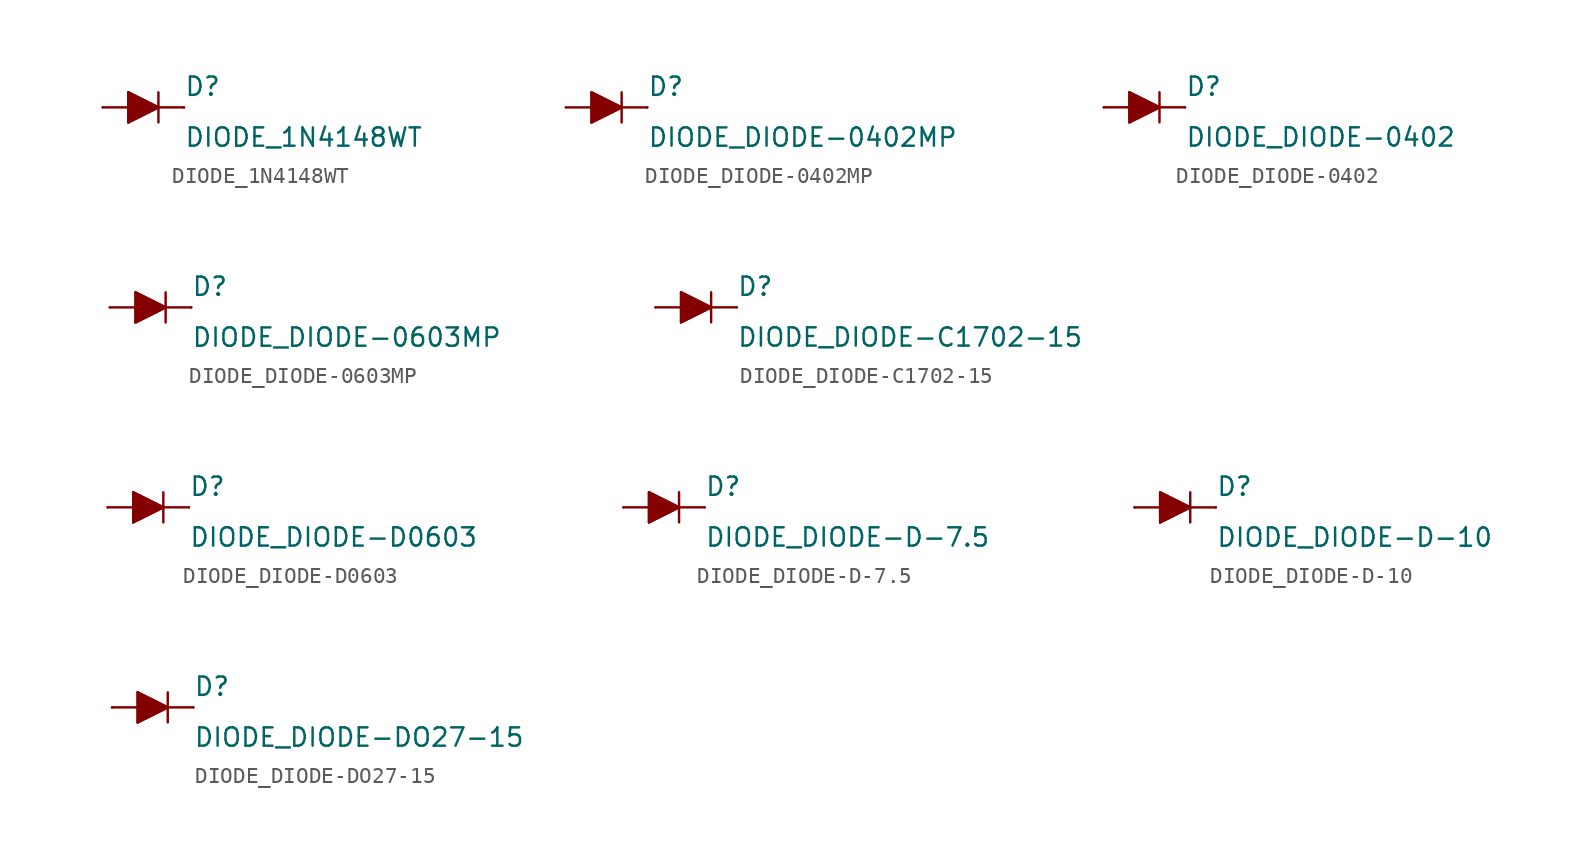
<source format=kicad_sym>
(kicad_symbol_lib
  (version 20210619)
  (generator kicad_symbol_editor)
  (symbol "DIODE_1N4148WT"
    (pin_numbers hide)
    (pin_names
      (offset 1.016) hide)
    (property "Reference" "D"
      (at 2.54 0.635 0)
      (effects (font (size 1.143 1.143)) (justify left bottom)))
    (property "Value" "DIODE_1N4148WT"
      (at 2.54 -2.54 0)
      (effects (font (size 1.143 1.143)) (justify left bottom)))
    (property "ki_locked" ""
      (at 0 0 0)
      (effects (font (size 1.27 1.27))))
    (symbol "DIODE_1N4148WT_1_0"
      (polyline (pts (xy -0.94 -0.94) (xy 0.94 0)) (stroke (width 0)) (fill (type none)))
      (polyline (pts (xy -0.94 0) (xy -2.54 0)) (stroke (width 0)) (fill (type none)))
      (polyline (pts (xy -0.94 0) (xy -0.94 -0.94)) (stroke (width 0)) (fill (type none)))
      (polyline (pts (xy -0.94 0.94) (xy -0.94 0)) (stroke (width 0)) (fill (type none)))
      (polyline (pts (xy 0.94 0) (xy -0.94 0.94)) (stroke (width 0)) (fill (type none)))
      (polyline (pts (xy 0.94 0) (xy 0.94 -0.94)) (stroke (width 0)) (fill (type none)))
      (polyline (pts (xy 0.94 0) (xy 2.54 0)) (stroke (width 0)) (fill (type none)))
      (polyline (pts (xy 0.94 0.94) (xy 0.94 0)) (stroke (width 0)) (fill (type none))))
    (symbol "DIODE_1N4148WT_1_1"
      (polyline (pts (xy -0.94 0.94) (xy 0.94 0) (xy 0.94 0) (xy -0.94 -0.94) (xy -0.94 -0.94) (xy -0.94 0.94)) (stroke (width 0)) (fill (type outline)))
      (pin passive line (at -2.54 0 0) (length 0) (name "A" (effects (font (size 1.016 1.016)))) (number "A" (effects (font (size 1.016 1.016)))))
      (pin passive line (at 2.54 0 180) (length 0) (name "C" (effects (font (size 1.016 1.016)))) (number "C" (effects (font (size 1.016 1.016)))))))
  (symbol "DIODE_DIODE-0402MP"
    (pin_numbers hide)
    (pin_names
      (offset 1.016) hide)
    (property "Reference" "D"
      (at 2.54 0.635 0)
      (effects (font (size 1.143 1.143)) (justify left bottom)))
    (property "Value" "DIODE_DIODE-0402MP"
      (at 2.54 -2.54 0)
      (effects (font (size 1.143 1.143)) (justify left bottom)))
    (property "ki_locked" ""
      (at 0 0 0)
      (effects (font (size 1.27 1.27))))
    (symbol "DIODE_DIODE-0402MP_1_0"
      (polyline (pts (xy -0.94 -0.94) (xy 0.94 0)) (stroke (width 0)) (fill (type none)))
      (polyline (pts (xy -0.94 0) (xy -2.54 0)) (stroke (width 0)) (fill (type none)))
      (polyline (pts (xy -0.94 0) (xy -0.94 -0.94)) (stroke (width 0)) (fill (type none)))
      (polyline (pts (xy -0.94 0.94) (xy -0.94 0)) (stroke (width 0)) (fill (type none)))
      (polyline (pts (xy 0.94 0) (xy -0.94 0.94)) (stroke (width 0)) (fill (type none)))
      (polyline (pts (xy 0.94 0) (xy 0.94 -0.94)) (stroke (width 0)) (fill (type none)))
      (polyline (pts (xy 0.94 0) (xy 2.54 0)) (stroke (width 0)) (fill (type none)))
      (polyline (pts (xy 0.94 0.94) (xy 0.94 0)) (stroke (width 0)) (fill (type none))))
    (symbol "DIODE_DIODE-0402MP_1_1"
      (polyline (pts (xy -0.94 0.94) (xy 0.94 0) (xy 0.94 0) (xy -0.94 -0.94) (xy -0.94 -0.94) (xy -0.94 0.94)) (stroke (width 0)) (fill (type outline)))
      (pin passive line (at -2.54 0 0) (length 0) (name "A" (effects (font (size 1.016 1.016)))) (number "A" (effects (font (size 1.016 1.016)))))
      (pin passive line (at 2.54 0 180) (length 0) (name "C" (effects (font (size 1.016 1.016)))) (number "C" (effects (font (size 1.016 1.016)))))))
  (symbol "DIODE_DIODE-0402"
    (pin_numbers hide)
    (pin_names
      (offset 1.016) hide)
    (property "Reference" "D"
      (at 2.54 0.635 0)
      (effects (font (size 1.143 1.143)) (justify left bottom)))
    (property "Value" "DIODE_DIODE-0402"
      (at 2.54 -2.54 0)
      (effects (font (size 1.143 1.143)) (justify left bottom)))
    (property "ki_locked" ""
      (at 0 0 0)
      (effects (font (size 1.27 1.27))))
    (symbol "DIODE_DIODE-0402_1_0"
      (polyline (pts (xy -0.94 -0.94) (xy 0.94 0)) (stroke (width 0)) (fill (type none)))
      (polyline (pts (xy -0.94 0) (xy -2.54 0)) (stroke (width 0)) (fill (type none)))
      (polyline (pts (xy -0.94 0) (xy -0.94 -0.94)) (stroke (width 0)) (fill (type none)))
      (polyline (pts (xy -0.94 0.94) (xy -0.94 0)) (stroke (width 0)) (fill (type none)))
      (polyline (pts (xy 0.94 0) (xy -0.94 0.94)) (stroke (width 0)) (fill (type none)))
      (polyline (pts (xy 0.94 0) (xy 0.94 -0.94)) (stroke (width 0)) (fill (type none)))
      (polyline (pts (xy 0.94 0) (xy 2.54 0)) (stroke (width 0)) (fill (type none)))
      (polyline (pts (xy 0.94 0.94) (xy 0.94 0)) (stroke (width 0)) (fill (type none))))
    (symbol "DIODE_DIODE-0402_1_1"
      (polyline (pts (xy -0.94 0.94) (xy 0.94 0) (xy 0.94 0) (xy -0.94 -0.94) (xy -0.94 -0.94) (xy -0.94 0.94)) (stroke (width 0)) (fill (type outline)))
      (pin passive line (at -2.54 0 0) (length 0) (name "A" (effects (font (size 1.016 1.016)))) (number "A" (effects (font (size 1.016 1.016)))))
      (pin passive line (at 2.54 0 180) (length 0) (name "C" (effects (font (size 1.016 1.016)))) (number "C" (effects (font (size 1.016 1.016)))))))
  (symbol "DIODE_DIODE-0603MP"
    (pin_numbers hide)
    (pin_names
      (offset 1.016) hide)
    (property "Reference" "D"
      (at 2.54 0.635 0)
      (effects (font (size 1.143 1.143)) (justify left bottom)))
    (property "Value" "DIODE_DIODE-0603MP"
      (at 2.54 -2.54 0)
      (effects (font (size 1.143 1.143)) (justify left bottom)))
    (property "ki_locked" ""
      (at 0 0 0)
      (effects (font (size 1.27 1.27))))
    (symbol "DIODE_DIODE-0603MP_1_0"
      (polyline (pts (xy -0.94 -0.94) (xy 0.94 0)) (stroke (width 0)) (fill (type none)))
      (polyline (pts (xy -0.94 0) (xy -2.54 0)) (stroke (width 0)) (fill (type none)))
      (polyline (pts (xy -0.94 0) (xy -0.94 -0.94)) (stroke (width 0)) (fill (type none)))
      (polyline (pts (xy -0.94 0.94) (xy -0.94 0)) (stroke (width 0)) (fill (type none)))
      (polyline (pts (xy 0.94 0) (xy -0.94 0.94)) (stroke (width 0)) (fill (type none)))
      (polyline (pts (xy 0.94 0) (xy 0.94 -0.94)) (stroke (width 0)) (fill (type none)))
      (polyline (pts (xy 0.94 0) (xy 2.54 0)) (stroke (width 0)) (fill (type none)))
      (polyline (pts (xy 0.94 0.94) (xy 0.94 0)) (stroke (width 0)) (fill (type none))))
    (symbol "DIODE_DIODE-0603MP_1_1"
      (polyline (pts (xy -0.94 0.94) (xy 0.94 0) (xy 0.94 0) (xy -0.94 -0.94) (xy -0.94 -0.94) (xy -0.94 0.94)) (stroke (width 0)) (fill (type outline)))
      (pin passive line (at -2.54 0 0) (length 0) (name "A" (effects (font (size 1.016 1.016)))) (number "A" (effects (font (size 1.016 1.016)))))
      (pin passive line (at 2.54 0 180) (length 0) (name "C" (effects (font (size 1.016 1.016)))) (number "C" (effects (font (size 1.016 1.016)))))))
  (symbol "DIODE_DIODE-C1702-15"
    (pin_numbers hide)
    (pin_names
      (offset 1.016) hide)
    (property "Reference" "D"
      (at 2.54 0.635 0)
      (effects (font (size 1.143 1.143)) (justify left bottom)))
    (property "Value" "DIODE_DIODE-C1702-15"
      (at 2.54 -2.54 0)
      (effects (font (size 1.143 1.143)) (justify left bottom)))
    (property "ki_locked" ""
      (at 0 0 0)
      (effects (font (size 1.27 1.27))))
    (symbol "DIODE_DIODE-C1702-15_1_0"
      (polyline (pts (xy -0.94 -0.94) (xy 0.94 0)) (stroke (width 0)) (fill (type none)))
      (polyline (pts (xy -0.94 0) (xy -2.54 0)) (stroke (width 0)) (fill (type none)))
      (polyline (pts (xy -0.94 0) (xy -0.94 -0.94)) (stroke (width 0)) (fill (type none)))
      (polyline (pts (xy -0.94 0.94) (xy -0.94 0)) (stroke (width 0)) (fill (type none)))
      (polyline (pts (xy 0.94 0) (xy -0.94 0.94)) (stroke (width 0)) (fill (type none)))
      (polyline (pts (xy 0.94 0) (xy 0.94 -0.94)) (stroke (width 0)) (fill (type none)))
      (polyline (pts (xy 0.94 0) (xy 2.54 0)) (stroke (width 0)) (fill (type none)))
      (polyline (pts (xy 0.94 0.94) (xy 0.94 0)) (stroke (width 0)) (fill (type none))))
    (symbol "DIODE_DIODE-C1702-15_1_1"
      (polyline (pts (xy -0.94 0.94) (xy 0.94 0) (xy 0.94 0) (xy -0.94 -0.94) (xy -0.94 -0.94) (xy -0.94 0.94)) (stroke (width 0)) (fill (type outline)))
      (pin passive line (at -2.54 0 0) (length 0) (name "A" (effects (font (size 1.016 1.016)))) (number "A" (effects (font (size 1.016 1.016)))))
      (pin passive line (at 2.54 0 180) (length 0) (name "C" (effects (font (size 1.016 1.016)))) (number "C" (effects (font (size 1.016 1.016)))))))
  (symbol "DIODE_DIODE-D0603"
    (pin_numbers hide)
    (pin_names
      (offset 1.016) hide)
    (property "Reference" "D"
      (at 2.54 0.635 0)
      (effects (font (size 1.143 1.143)) (justify left bottom)))
    (property "Value" "DIODE_DIODE-D0603"
      (at 2.54 -2.54 0)
      (effects (font (size 1.143 1.143)) (justify left bottom)))
    (property "ki_locked" ""
      (at 0 0 0)
      (effects (font (size 1.27 1.27))))
    (symbol "DIODE_DIODE-D0603_1_0"
      (polyline (pts (xy -0.94 -0.94) (xy 0.94 0)) (stroke (width 0)) (fill (type none)))
      (polyline (pts (xy -0.94 0) (xy -2.54 0)) (stroke (width 0)) (fill (type none)))
      (polyline (pts (xy -0.94 0) (xy -0.94 -0.94)) (stroke (width 0)) (fill (type none)))
      (polyline (pts (xy -0.94 0.94) (xy -0.94 0)) (stroke (width 0)) (fill (type none)))
      (polyline (pts (xy 0.94 0) (xy -0.94 0.94)) (stroke (width 0)) (fill (type none)))
      (polyline (pts (xy 0.94 0) (xy 0.94 -0.94)) (stroke (width 0)) (fill (type none)))
      (polyline (pts (xy 0.94 0) (xy 2.54 0)) (stroke (width 0)) (fill (type none)))
      (polyline (pts (xy 0.94 0.94) (xy 0.94 0)) (stroke (width 0)) (fill (type none))))
    (symbol "DIODE_DIODE-D0603_1_1"
      (polyline (pts (xy -0.94 0.94) (xy 0.94 0) (xy 0.94 0) (xy -0.94 -0.94) (xy -0.94 -0.94) (xy -0.94 0.94)) (stroke (width 0)) (fill (type outline)))
      (pin passive line (at -2.54 0 0) (length 0) (name "A" (effects (font (size 1.016 1.016)))) (number "A" (effects (font (size 1.016 1.016)))))
      (pin passive line (at 2.54 0 180) (length 0) (name "C" (effects (font (size 1.016 1.016)))) (number "C" (effects (font (size 1.016 1.016)))))))
  (symbol "DIODE_DIODE-D-7.5"
    (pin_numbers hide)
    (pin_names
      (offset 1.016) hide)
    (property "Reference" "D"
      (at 2.54 0.635 0)
      (effects (font (size 1.143 1.143)) (justify left bottom)))
    (property "Value" "DIODE_DIODE-D-7.5"
      (at 2.54 -2.54 0)
      (effects (font (size 1.143 1.143)) (justify left bottom)))
    (property "ki_locked" ""
      (at 0 0 0)
      (effects (font (size 1.27 1.27))))
    (symbol "DIODE_DIODE-D-7.5_1_0"
      (polyline (pts (xy -0.94 -0.94) (xy 0.94 0)) (stroke (width 0)) (fill (type none)))
      (polyline (pts (xy -0.94 0) (xy -2.54 0)) (stroke (width 0)) (fill (type none)))
      (polyline (pts (xy -0.94 0) (xy -0.94 -0.94)) (stroke (width 0)) (fill (type none)))
      (polyline (pts (xy -0.94 0.94) (xy -0.94 0)) (stroke (width 0)) (fill (type none)))
      (polyline (pts (xy 0.94 0) (xy -0.94 0.94)) (stroke (width 0)) (fill (type none)))
      (polyline (pts (xy 0.94 0) (xy 0.94 -0.94)) (stroke (width 0)) (fill (type none)))
      (polyline (pts (xy 0.94 0) (xy 2.54 0)) (stroke (width 0)) (fill (type none)))
      (polyline (pts (xy 0.94 0.94) (xy 0.94 0)) (stroke (width 0)) (fill (type none))))
    (symbol "DIODE_DIODE-D-7.5_1_1"
      (polyline (pts (xy -0.94 0.94) (xy 0.94 0) (xy 0.94 0) (xy -0.94 -0.94) (xy -0.94 -0.94) (xy -0.94 0.94)) (stroke (width 0)) (fill (type outline)))
      (pin passive line (at -2.54 0 0) (length 0) (name "A" (effects (font (size 1.016 1.016)))) (number "A" (effects (font (size 1.016 1.016)))))
      (pin passive line (at 2.54 0 180) (length 0) (name "C" (effects (font (size 1.016 1.016)))) (number "C" (effects (font (size 1.016 1.016)))))))
  (symbol "DIODE_DIODE-D-10"
    (pin_numbers hide)
    (pin_names
      (offset 1.016) hide)
    (property "Reference" "D"
      (at 2.54 0.635 0)
      (effects (font (size 1.143 1.143)) (justify left bottom)))
    (property "Value" "DIODE_DIODE-D-10"
      (at 2.54 -2.54 0)
      (effects (font (size 1.143 1.143)) (justify left bottom)))
    (property "ki_locked" ""
      (at 0 0 0)
      (effects (font (size 1.27 1.27))))
    (symbol "DIODE_DIODE-D-10_1_0"
      (polyline (pts (xy -0.94 -0.94) (xy 0.94 0)) (stroke (width 0)) (fill (type none)))
      (polyline (pts (xy -0.94 0) (xy -2.54 0)) (stroke (width 0)) (fill (type none)))
      (polyline (pts (xy -0.94 0) (xy -0.94 -0.94)) (stroke (width 0)) (fill (type none)))
      (polyline (pts (xy -0.94 0.94) (xy -0.94 0)) (stroke (width 0)) (fill (type none)))
      (polyline (pts (xy 0.94 0) (xy -0.94 0.94)) (stroke (width 0)) (fill (type none)))
      (polyline (pts (xy 0.94 0) (xy 0.94 -0.94)) (stroke (width 0)) (fill (type none)))
      (polyline (pts (xy 0.94 0) (xy 2.54 0)) (stroke (width 0)) (fill (type none)))
      (polyline (pts (xy 0.94 0.94) (xy 0.94 0)) (stroke (width 0)) (fill (type none))))
    (symbol "DIODE_DIODE-D-10_1_1"
      (polyline (pts (xy -0.94 0.94) (xy 0.94 0) (xy 0.94 0) (xy -0.94 -0.94) (xy -0.94 -0.94) (xy -0.94 0.94)) (stroke (width 0)) (fill (type outline)))
      (pin passive line (at -2.54 0 0) (length 0) (name "A" (effects (font (size 1.016 1.016)))) (number "A" (effects (font (size 1.016 1.016)))))
      (pin passive line (at 2.54 0 180) (length 0) (name "C" (effects (font (size 1.016 1.016)))) (number "C" (effects (font (size 1.016 1.016)))))))
  (symbol "DIODE_DIODE-DO27-15"
    (pin_numbers hide)
    (pin_names
      (offset 1.016) hide)
    (property "Reference" "D"
      (at 2.54 0.635 0)
      (effects (font (size 1.143 1.143)) (justify left bottom)))
    (property "Value" "DIODE_DIODE-DO27-15"
      (at 2.54 -2.54 0)
      (effects (font (size 1.143 1.143)) (justify left bottom)))
    (property "ki_locked" ""
      (at 0 0 0)
      (effects (font (size 1.27 1.27))))
    (symbol "DIODE_DIODE-DO27-15_1_0"
      (polyline (pts (xy -0.94 -0.94) (xy 0.94 0)) (stroke (width 0)) (fill (type none)))
      (polyline (pts (xy -0.94 0) (xy -2.54 0)) (stroke (width 0)) (fill (type none)))
      (polyline (pts (xy -0.94 0) (xy -0.94 -0.94)) (stroke (width 0)) (fill (type none)))
      (polyline (pts (xy -0.94 0.94) (xy -0.94 0)) (stroke (width 0)) (fill (type none)))
      (polyline (pts (xy 0.94 0) (xy -0.94 0.94)) (stroke (width 0)) (fill (type none)))
      (polyline (pts (xy 0.94 0) (xy 0.94 -0.94)) (stroke (width 0)) (fill (type none)))
      (polyline (pts (xy 0.94 0) (xy 2.54 0)) (stroke (width 0)) (fill (type none)))
      (polyline (pts (xy 0.94 0.94) (xy 0.94 0)) (stroke (width 0)) (fill (type none))))
    (symbol "DIODE_DIODE-DO27-15_1_1"
      (polyline (pts (xy -0.94 0.94) (xy 0.94 0) (xy 0.94 0) (xy -0.94 -0.94) (xy -0.94 -0.94) (xy -0.94 0.94)) (stroke (width 0)) (fill (type outline)))
      (pin passive line (at -2.54 0 0) (length 0) (name "A" (effects (font (size 1.016 1.016)))) (number "A" (effects (font (size 1.016 1.016)))))
      (pin passive line (at 2.54 0 180) (length 0) (name "C" (effects (font (size 1.016 1.016)))) (number "C" (effects (font (size 1.016 1.016))))))))
</source>
